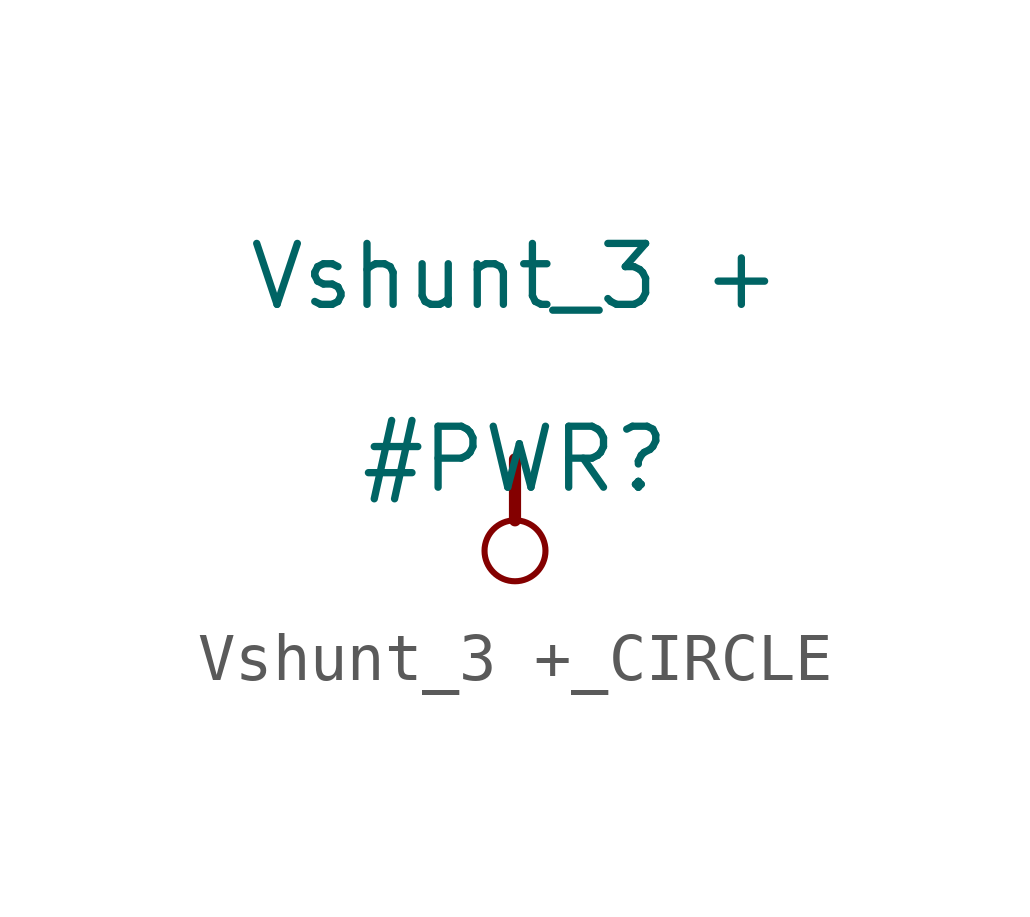
<source format=kicad_sym>
(kicad_symbol_lib
  (version 20231120)
  (generator "kicad_symbol_editor")
  (generator_version "8.0")
  (symbol "Vshunt_3 +_CIRCLE"
    (power)
    (property "Reference" "#PWR"
      (at 0 0 0)
      (effects (font (size 1.27 1.27))))
    (property "Value" "Vshunt_3 +"
      (at 0 3.81 0)
      (effects (font (size 1.27 1.27))))
    (symbol "Vshunt_3 +_CIRCLE_0_0"
      (circle (center 0 -1.905) (radius 0.635) (stroke (width 0.127) (type solid)) (fill (type none)))
      (polyline (pts (xy 0 0) (xy 0 -1.27)) (stroke (width 0.254) (type solid)) (fill (type none)))
      (pin power_in line (at 0 0 0) (length 0) hide (name "Vshunt_3_+" (effects (font (size 1.27 1.27)))) (number "" (effects (font (size 1.27 1.27))))))))
</source>
